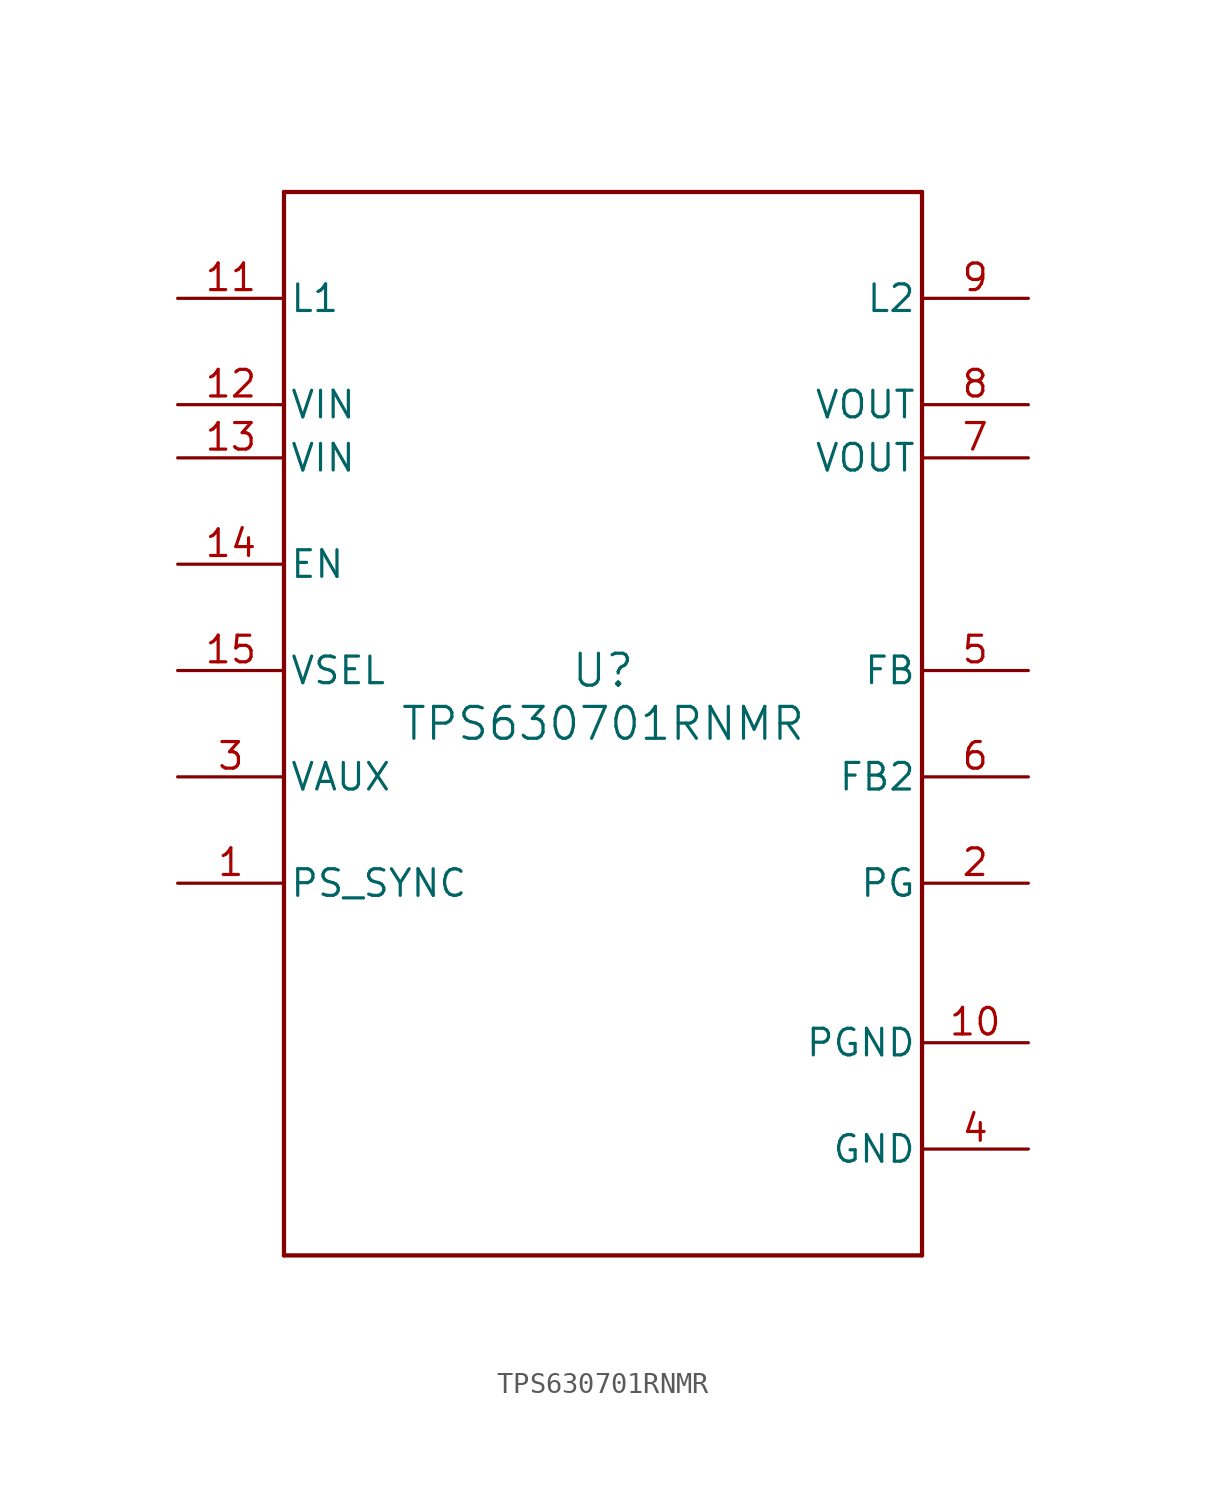
<source format=kicad_sym>
(kicad_symbol_lib
  (version 20211014)
  (generator kicad_symbol_editor)
  (symbol "TPS630701RNMR"
    (pin_names
      (offset 0.254))
    (property "Reference" "U"
      (at 0 2.54 0)
      (effects (font (size 1.524 1.524))))
    (property "Value" "TPS630701RNMR"
      (at 0 0 0)
      (effects (font (size 1.524 1.524))))
    (symbol "TPS630701RNMR_0_1"
      (polyline (pts (xy -15.24 -25.4) (xy 15.24 -25.4)) (stroke (width 0.203) (type default) (color 0 0 0 0)) (fill (type none)))
      (polyline (pts (xy 15.24 -25.4) (xy 15.24 25.4)) (stroke (width 0.203) (type default) (color 0 0 0 0)) (fill (type none)))
      (polyline (pts (xy 15.24 25.4) (xy -15.24 25.4)) (stroke (width 0.203) (type default) (color 0 0 0 0)) (fill (type none)))
      (polyline (pts (xy -15.24 25.4) (xy -15.24 -25.4)) (stroke (width 0.203) (type default) (color 0 0 0 0)) (fill (type none)))
      (pin input line (at -20.32 -7.62 0) (length 5.08) (name "PS_SYNC" (effects (font (size 1.27 1.27)))) (number "1" (effects (font (size 1.27 1.27)))))
      (pin open_collector line (at 20.32 -7.62 180) (length 5.08) (name "PG" (effects (font (size 1.27 1.27)))) (number "2" (effects (font (size 1.27 1.27)))))
      (pin unspecified line (at -20.32 -2.54 0) (length 5.08) (name "VAUX" (effects (font (size 1.27 1.27)))) (number "3" (effects (font (size 1.27 1.27)))))
      (pin power_in line (at 20.32 -20.32 180) (length 5.08) (name "GND" (effects (font (size 1.27 1.27)))) (number "4" (effects (font (size 1.27 1.27)))))
      (pin output line (at 20.32 2.54 180) (length 5.08) (name "FB" (effects (font (size 1.27 1.27)))) (number "5" (effects (font (size 1.27 1.27)))))
      (pin input line (at 20.32 -2.54 180) (length 5.08) (name "FB2" (effects (font (size 1.27 1.27)))) (number "6" (effects (font (size 1.27 1.27)))))
      (pin power_in line (at 20.32 12.7 180) (length 5.08) (name "VOUT" (effects (font (size 1.27 1.27)))) (number "7" (effects (font (size 1.27 1.27)))))
      (pin power_in line (at 20.32 15.24 180) (length 5.08) (name "VOUT" (effects (font (size 1.27 1.27)))) (number "8" (effects (font (size 1.27 1.27)))))
      (pin unspecified line (at 20.32 20.32 180) (length 5.08) (name "L2" (effects (font (size 1.27 1.27)))) (number "9" (effects (font (size 1.27 1.27)))))
      (pin power_in line (at 20.32 -15.24 180) (length 5.08) (name "PGND" (effects (font (size 1.27 1.27)))) (number "10" (effects (font (size 1.27 1.27)))))
      (pin unspecified line (at -20.32 20.32 0) (length 5.08) (name "L1" (effects (font (size 1.27 1.27)))) (number "11" (effects (font (size 1.27 1.27)))))
      (pin power_in line (at -20.32 15.24 0) (length 5.08) (name "VIN" (effects (font (size 1.27 1.27)))) (number "12" (effects (font (size 1.27 1.27)))))
      (pin power_in line (at -20.32 12.7 0) (length 5.08) (name "VIN" (effects (font (size 1.27 1.27)))) (number "13" (effects (font (size 1.27 1.27)))))
      (pin input line (at -20.32 7.62 0) (length 5.08) (name "EN" (effects (font (size 1.27 1.27)))) (number "14" (effects (font (size 1.27 1.27)))))
      (pin input line (at -20.32 2.54 0) (length 5.08) (name "VSEL" (effects (font (size 1.27 1.27)))) (number "15" (effects (font (size 1.27 1.27))))))))
</source>
